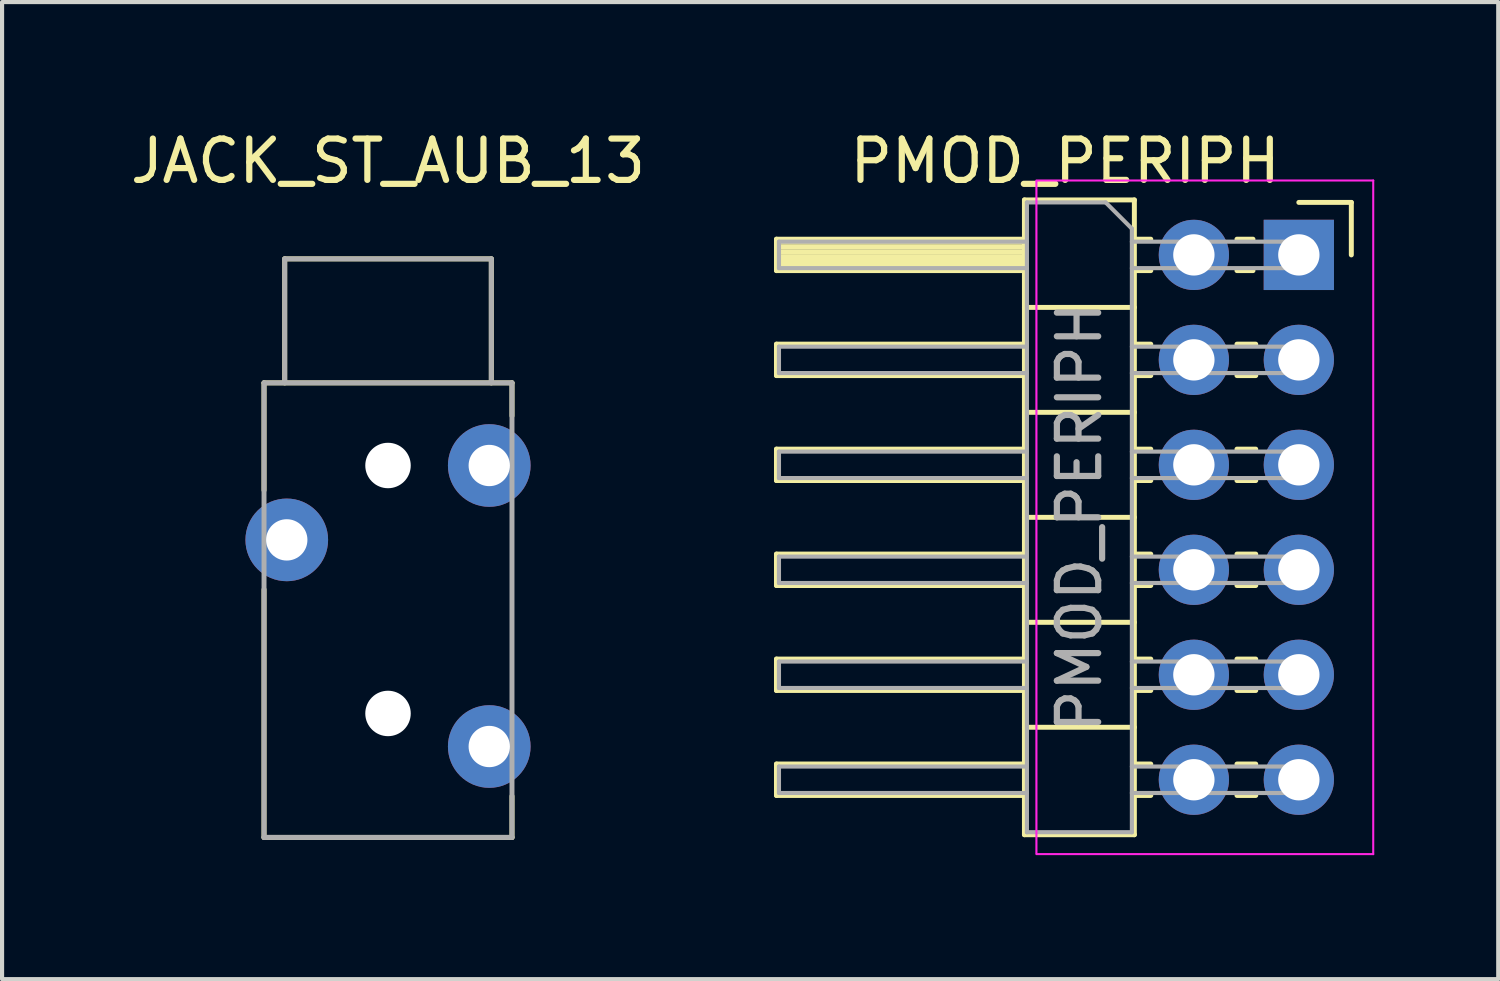
<source format=kicad_pcb>
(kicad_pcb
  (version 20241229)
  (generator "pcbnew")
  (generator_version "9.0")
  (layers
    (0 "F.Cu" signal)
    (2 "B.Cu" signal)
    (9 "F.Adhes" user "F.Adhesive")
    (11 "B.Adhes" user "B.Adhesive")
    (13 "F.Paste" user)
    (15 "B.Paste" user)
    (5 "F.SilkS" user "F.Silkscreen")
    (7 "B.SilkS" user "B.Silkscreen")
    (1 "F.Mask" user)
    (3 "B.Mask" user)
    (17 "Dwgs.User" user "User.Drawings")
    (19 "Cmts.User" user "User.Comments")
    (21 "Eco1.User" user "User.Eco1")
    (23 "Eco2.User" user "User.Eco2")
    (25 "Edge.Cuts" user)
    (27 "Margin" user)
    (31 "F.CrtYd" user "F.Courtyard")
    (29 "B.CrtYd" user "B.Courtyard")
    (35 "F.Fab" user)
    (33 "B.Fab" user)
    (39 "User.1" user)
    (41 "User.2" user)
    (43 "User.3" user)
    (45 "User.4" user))
  (footprint "PMOD_PERIPH"
    (layer "F.Cu")
    (at 27.109 9.468)
    (property "Reference" "PMOD_PERIPH" (at -4.385 -8.62 0) (layer "F.SilkS") (effects (font (size 1 1) (thickness 0.15))))
    (attr through_hole)
    (fp_line (start -11.37 -6.73) (end -11.37 -5.97) (stroke (width 0.12) (type solid)) (layer "F.SilkS"))
    (fp_line (start -11.37 -5.97) (end -5.37 -5.97) (stroke (width 0.12) (type solid)) (layer "F.SilkS"))
    (fp_line (start -11.37 -4.19) (end -11.37 -3.43) (stroke (width 0.12) (type solid)) (layer "F.SilkS"))
    (fp_line (start -11.37 -3.43) (end -5.37 -3.43) (stroke (width 0.12) (type solid)) (layer "F.SilkS"))
    (fp_line (start -11.37 -1.65) (end -11.37 -0.89) (stroke (width 0.12) (type solid)) (layer "F.SilkS"))
    (fp_line (start -11.37 -0.89) (end -5.37 -0.89) (stroke (width 0.12) (type solid)) (layer "F.SilkS"))
    (fp_line (start -11.37 0.89) (end -11.37 1.65) (stroke (width 0.12) (type solid)) (layer "F.SilkS"))
    (fp_line (start -11.37 1.65) (end -5.37 1.65) (stroke (width 0.12) (type solid)) (layer "F.SilkS"))
    (fp_line (start -11.37 3.43) (end -11.37 4.19) (stroke (width 0.12) (type solid)) (layer "F.SilkS"))
    (fp_line (start -11.37 4.19) (end -5.37 4.19) (stroke (width 0.12) (type solid)) (layer "F.SilkS"))
    (fp_line (start -11.37 5.97) (end -11.37 6.73) (stroke (width 0.12) (type solid)) (layer "F.SilkS"))
    (fp_line (start -11.37 6.73) (end -5.37 6.73) (stroke (width 0.12) (type solid)) (layer "F.SilkS"))
    (fp_line (start -5.37 -7.68) (end -2.71 -7.68) (stroke (width 0.12) (type solid)) (layer "F.SilkS"))
    (fp_line (start -5.37 -6.73) (end -11.37 -6.73) (stroke (width 0.12) (type solid)) (layer "F.SilkS"))
    (fp_line (start -5.37 -6.67) (end -11.37 -6.67) (stroke (width 0.12) (type solid)) (layer "F.SilkS"))
    (fp_line (start -5.37 -6.55) (end -11.37 -6.55) (stroke (width 0.12) (type solid)) (layer "F.SilkS"))
    (fp_line (start -5.37 -6.43) (end -11.37 -6.43) (stroke (width 0.12) (type solid)) (layer "F.SilkS"))
    (fp_line (start -5.37 -6.31) (end -11.37 -6.31) (stroke (width 0.12) (type solid)) (layer "F.SilkS"))
    (fp_line (start -5.37 -6.19) (end -11.37 -6.19) (stroke (width 0.12) (type solid)) (layer "F.SilkS"))
    (fp_line (start -5.37 -6.07) (end -11.37 -6.07) (stroke (width 0.12) (type solid)) (layer "F.SilkS"))
    (fp_line (start -5.37 -4.19) (end -11.37 -4.19) (stroke (width 0.12) (type solid)) (layer "F.SilkS"))
    (fp_line (start -5.37 -1.65) (end -11.37 -1.65) (stroke (width 0.12) (type solid)) (layer "F.SilkS"))
    (fp_line (start -5.37 0.89) (end -11.37 0.89) (stroke (width 0.12) (type solid)) (layer "F.SilkS"))
    (fp_line (start -5.37 3.43) (end -11.37 3.43) (stroke (width 0.12) (type solid)) (layer "F.SilkS"))
    (fp_line (start -5.37 5.97) (end -11.37 5.97) (stroke (width 0.12) (type solid)) (layer "F.SilkS"))
    (fp_line (start -5.37 7.68) (end -5.37 -7.68) (stroke (width 0.12) (type solid)) (layer "F.SilkS"))
    (fp_line (start -2.71 -7.68) (end -2.71 7.68) (stroke (width 0.12) (type solid)) (layer "F.SilkS"))
    (fp_line (start -2.71 -5.08) (end -5.37 -5.08) (stroke (width 0.12) (type solid)) (layer "F.SilkS"))
    (fp_line (start -2.71 -2.54) (end -5.37 -2.54) (stroke (width 0.12) (type solid)) (layer "F.SilkS"))
    (fp_line (start -2.71 0) (end -5.37 0) (stroke (width 0.12) (type solid)) (layer "F.SilkS"))
    (fp_line (start -2.71 2.54) (end -5.37 2.54) (stroke (width 0.12) (type solid)) (layer "F.SilkS"))
    (fp_line (start -2.71 5.08) (end -5.37 5.08) (stroke (width 0.12) (type solid)) (layer "F.SilkS"))
    (fp_line (start -2.71 7.68) (end -5.37 7.68) (stroke (width 0.12) (type solid)) (layer "F.SilkS"))
    (fp_line (start -2.313 -6.73) (end -2.71 -6.73) (stroke (width 0.12) (type solid)) (layer "F.SilkS"))
    (fp_line (start -2.313 -5.97) (end -2.71 -5.97) (stroke (width 0.12) (type solid)) (layer "F.SilkS"))
    (fp_line (start -2.313 -4.19) (end -2.71 -4.19) (stroke (width 0.12) (type solid)) (layer "F.SilkS"))
    (fp_line (start -2.313 -3.43) (end -2.71 -3.43) (stroke (width 0.12) (type solid)) (layer "F.SilkS"))
    (fp_line (start -2.313 -1.65) (end -2.71 -1.65) (stroke (width 0.12) (type solid)) (layer "F.SilkS"))
    (fp_line (start -2.313 -0.89) (end -2.71 -0.89) (stroke (width 0.12) (type solid)) (layer "F.SilkS"))
    (fp_line (start -2.313 0.89) (end -2.71 0.89) (stroke (width 0.12) (type solid)) (layer "F.SilkS"))
    (fp_line (start -2.313 1.65) (end -2.71 1.65) (stroke (width 0.12) (type solid)) (layer "F.SilkS"))
    (fp_line (start -2.313 3.43) (end -2.71 3.43) (stroke (width 0.12) (type solid)) (layer "F.SilkS"))
    (fp_line (start -2.313 4.19) (end -2.71 4.19) (stroke (width 0.12) (type solid)) (layer "F.SilkS"))
    (fp_line (start -2.313 5.97) (end -2.71 5.97) (stroke (width 0.12) (type solid)) (layer "F.SilkS"))
    (fp_line (start -2.313 6.73) (end -2.71 6.73) (stroke (width 0.12) (type solid)) (layer "F.SilkS"))
    (fp_line (start 0.16 -6.73) (end -0.227 -6.73) (stroke (width 0.12) (type solid)) (layer "F.SilkS"))
    (fp_line (start 0.16 -5.97) (end -0.227 -5.97) (stroke (width 0.12) (type solid)) (layer "F.SilkS"))
    (fp_line (start 0.227 -4.19) (end -0.227 -4.19) (stroke (width 0.12) (type solid)) (layer "F.SilkS"))
    (fp_line (start 0.227 -3.43) (end -0.227 -3.43) (stroke (width 0.12) (type solid)) (layer "F.SilkS"))
    (fp_line (start 0.227 -1.65) (end -0.227 -1.65) (stroke (width 0.12) (type solid)) (layer "F.SilkS"))
    (fp_line (start 0.227 -0.89) (end -0.227 -0.89) (stroke (width 0.12) (type solid)) (layer "F.SilkS"))
    (fp_line (start 0.227 0.89) (end -0.227 0.89) (stroke (width 0.12) (type solid)) (layer "F.SilkS"))
    (fp_line (start 0.227 1.65) (end -0.227 1.65) (stroke (width 0.12) (type solid)) (layer "F.SilkS"))
    (fp_line (start 0.227 3.43) (end -0.227 3.43) (stroke (width 0.12) (type solid)) (layer "F.SilkS"))
    (fp_line (start 0.227 4.19) (end -0.227 4.19) (stroke (width 0.12) (type solid)) (layer "F.SilkS"))
    (fp_line (start 0.227 5.97) (end -0.227 5.97) (stroke (width 0.12) (type solid)) (layer "F.SilkS"))
    (fp_line (start 0.227 6.73) (end -0.227 6.73) (stroke (width 0.12) (type solid)) (layer "F.SilkS"))
    (fp_line (start 2.54 -7.62) (end 1.27 -7.62) (stroke (width 0.12) (type solid)) (layer "F.SilkS"))
    (fp_line (start 2.54 -6.35) (end 2.54 -7.62) (stroke (width 0.12) (type solid)) (layer "F.SilkS"))
    (fp_line (start -5.08 -8.15) (end 3.07 -8.15) (stroke (width 0.051) (type solid)) (layer "F.CrtYd"))
    (fp_line (start -5.08 -8.128) (end -5.08 8.128) (stroke (width 0.051) (type solid)) (layer "F.CrtYd"))
    (fp_line (start 3.07 -8.15) (end 3.07 8.15) (stroke (width 0.05) (type solid)) (layer "F.CrtYd"))
    (fp_line (start 3.07 8.15) (end -5.08 8.15) (stroke (width 0.05) (type solid)) (layer "F.CrtYd"))
    (fp_line (start -11.31 -6.67) (end -11.31 -6.03) (stroke (width 0.1) (type solid)) (layer "F.Fab"))
    (fp_line (start -11.31 -4.13) (end -11.31 -3.49) (stroke (width 0.1) (type solid)) (layer "F.Fab"))
    (fp_line (start -11.31 -1.59) (end -11.31 -0.95) (stroke (width 0.1) (type solid)) (layer "F.Fab"))
    (fp_line (start -11.31 0.95) (end -11.31 1.59) (stroke (width 0.1) (type solid)) (layer "F.Fab"))
    (fp_line (start -11.31 3.49) (end -11.31 4.13) (stroke (width 0.1) (type solid)) (layer "F.Fab"))
    (fp_line (start -11.31 6.03) (end -11.31 6.67) (stroke (width 0.1) (type solid)) (layer "F.Fab"))
    (fp_line (start -5.31 -7.62) (end -5.31 7.62) (stroke (width 0.1) (type solid)) (layer "F.Fab"))
    (fp_line (start -5.31 -6.67) (end -11.31 -6.67) (stroke (width 0.1) (type solid)) (layer "F.Fab"))
    (fp_line (start -5.31 -6.03) (end -11.31 -6.03) (stroke (width 0.1) (type solid)) (layer "F.Fab"))
    (fp_line (start -5.31 -4.13) (end -11.31 -4.13) (stroke (width 0.1) (type solid)) (layer "F.Fab"))
    (fp_line (start -5.31 -3.49) (end -11.31 -3.49) (stroke (width 0.1) (type solid)) (layer "F.Fab"))
    (fp_line (start -5.31 -1.59) (end -11.31 -1.59) (stroke (width 0.1) (type solid)) (layer "F.Fab"))
    (fp_line (start -5.31 -0.95) (end -11.31 -0.95) (stroke (width 0.1) (type solid)) (layer "F.Fab"))
    (fp_line (start -5.31 0.95) (end -11.31 0.95) (stroke (width 0.1) (type solid)) (layer "F.Fab"))
    (fp_line (start -5.31 1.59) (end -11.31 1.59) (stroke (width 0.1) (type solid)) (layer "F.Fab"))
    (fp_line (start -5.31 3.49) (end -11.31 3.49) (stroke (width 0.1) (type solid)) (layer "F.Fab"))
    (fp_line (start -5.31 4.13) (end -11.31 4.13) (stroke (width 0.1) (type solid)) (layer "F.Fab"))
    (fp_line (start -5.31 6.03) (end -11.31 6.03) (stroke (width 0.1) (type solid)) (layer "F.Fab"))
    (fp_line (start -5.31 6.67) (end -11.31 6.67) (stroke (width 0.1) (type solid)) (layer "F.Fab"))
    (fp_line (start -5.31 7.62) (end -2.77 7.62) (stroke (width 0.1) (type solid)) (layer "F.Fab"))
    (fp_line (start -3.405 -7.62) (end -5.31 -7.62) (stroke (width 0.1) (type solid)) (layer "F.Fab"))
    (fp_line (start -2.77 -6.985) (end -3.405 -7.62) (stroke (width 0.1) (type solid)) (layer "F.Fab"))
    (fp_line (start -2.77 7.62) (end -2.77 -6.985) (stroke (width 0.1) (type solid)) (layer "F.Fab"))
    (fp_line (start 1.59 -6.67) (end -2.77 -6.67) (stroke (width 0.1) (type solid)) (layer "F.Fab"))
    (fp_line (start 1.59 -6.67) (end 1.59 -6.03) (stroke (width 0.1) (type solid)) (layer "F.Fab"))
    (fp_line (start 1.59 -6.03) (end -2.77 -6.03) (stroke (width 0.1) (type solid)) (layer "F.Fab"))
    (fp_line (start 1.59 -4.13) (end -2.77 -4.13) (stroke (width 0.1) (type solid)) (layer "F.Fab"))
    (fp_line (start 1.59 -4.13) (end 1.59 -3.49) (stroke (width 0.1) (type solid)) (layer "F.Fab"))
    (fp_line (start 1.59 -3.49) (end -2.77 -3.49) (stroke (width 0.1) (type solid)) (layer "F.Fab"))
    (fp_line (start 1.59 -1.59) (end -2.77 -1.59) (stroke (width 0.1) (type solid)) (layer "F.Fab"))
    (fp_line (start 1.59 -1.59) (end 1.59 -0.95) (stroke (width 0.1) (type solid)) (layer "F.Fab"))
    (fp_line (start 1.59 -0.95) (end -2.77 -0.95) (stroke (width 0.1) (type solid)) (layer "F.Fab"))
    (fp_line (start 1.59 0.95) (end -2.77 0.95) (stroke (width 0.1) (type solid)) (layer "F.Fab"))
    (fp_line (start 1.59 0.95) (end 1.59 1.59) (stroke (width 0.1) (type solid)) (layer "F.Fab"))
    (fp_line (start 1.59 1.59) (end -2.77 1.59) (stroke (width 0.1) (type solid)) (layer "F.Fab"))
    (fp_line (start 1.59 3.49) (end -2.77 3.49) (stroke (width 0.1) (type solid)) (layer "F.Fab"))
    (fp_line (start 1.59 3.49) (end 1.59 4.13) (stroke (width 0.1) (type solid)) (layer "F.Fab"))
    (fp_line (start 1.59 4.13) (end -2.77 4.13) (stroke (width 0.1) (type solid)) (layer "F.Fab"))
    (fp_line (start 1.59 6.03) (end -2.77 6.03) (stroke (width 0.1) (type solid)) (layer "F.Fab"))
    (fp_line (start 1.59 6.03) (end 1.59 6.67) (stroke (width 0.1) (type solid)) (layer "F.Fab"))
    (fp_line (start 1.59 6.67) (end -2.77 6.67) (stroke (width 0.1) (type solid)) (layer "F.Fab"))
    (fp_text user "${REFERENCE}" (at -4.04 0 90) (layer "F.Fab") (effects (font (size 1 1) (thickness 0.15))))
    (pad "1" thru_hole rect (at 1.27 -6.35) (size 1.7 1.7) (drill 1) (layers "*.Cu" "*.Mask"))
    (pad "2" thru_hole oval (at 1.27 -3.81) (size 1.7 1.7) (drill 1) (layers "*.Cu" "*.Mask"))
    (pad "3" thru_hole oval (at 1.27 -1.27) (size 1.7 1.7) (drill 1) (layers "*.Cu" "*.Mask"))
    (pad "4" thru_hole oval (at 1.27 1.27) (size 1.7 1.7) (drill 1) (layers "*.Cu" "*.Mask"))
    (pad "5" thru_hole oval (at 1.27 3.81) (size 1.7 1.7) (drill 1) (layers "*.Cu" "*.Mask"))
    (pad "6" thru_hole oval (at 1.27 6.35) (size 1.7 1.7) (drill 1) (layers "*.Cu" "*.Mask"))
    (pad "7" thru_hole circle (at -1.27 -6.35) (size 1.7 1.7) (drill 1) (layers "*.Cu" "*.Mask"))
    (pad "8" thru_hole oval (at -1.27 -3.81) (size 1.7 1.7) (drill 1) (layers "*.Cu" "*.Mask"))
    (pad "9" thru_hole oval (at -1.27 -1.27) (size 1.7 1.7) (drill 1) (layers "*.Cu" "*.Mask"))
    (pad "10" thru_hole oval (at -1.27 1.27) (size 1.7 1.7) (drill 1) (layers "*.Cu" "*.Mask"))
    (pad "11" thru_hole oval (at -1.27 3.81) (size 1.7 1.7) (drill 1) (layers "*.Cu" "*.Mask"))
    (pad "12" thru_hole oval (at -1.27 6.35) (size 1.7 1.7) (drill 1) (layers "*.Cu" "*.Mask")))
  (footprint "JACK_ST_AUB_13"
    (layer "F.Cu")
    (at 6.339 8.214)
    (property "Reference" "JACK_ST_AUB_13" (at 0 -7.366 0) (layer "F.SilkS") (effects (font (size 1 1) (thickness 0.15))))
    (attr through_hole)
    (fp_line (start -3 -2) (end 3 -2) (stroke (width 0.12) (type solid)) (layer "F.SilkS"))
    (fp_line (start -3 0.6) (end -3 -2) (stroke (width 0.12) (type solid)) (layer "F.SilkS"))
    (fp_line (start -3 9) (end -3 3) (stroke (width 0.12) (type solid)) (layer "F.SilkS"))
    (fp_line (start -3 9) (end 3 9) (stroke (width 0.12) (type solid)) (layer "F.SilkS"))
    (fp_line (start -2.5 -5) (end 2.5 -5) (stroke (width 0.12) (type solid)) (layer "F.SilkS"))
    (fp_line (start -2.5 -2) (end -2.5 -5) (stroke (width 0.12) (type solid)) (layer "F.SilkS"))
    (fp_line (start 2.5 -5) (end 2.5 -2) (stroke (width 0.12) (type solid)) (layer "F.SilkS"))
    (fp_line (start 3 -2) (end 3 -1.2) (stroke (width 0.12) (type solid)) (layer "F.SilkS"))
    (fp_line (start 3 9) (end 3 8) (stroke (width 0.12) (type solid)) (layer "F.SilkS"))
    (fp_line (start -3 -2) (end -3 9) (stroke (width 0.12) (type solid)) (layer "F.Fab"))
    (fp_line (start -3 9) (end 3 9) (stroke (width 0.12) (type solid)) (layer "F.Fab"))
    (fp_line (start -2.5 -2) (end -2.5 -5) (stroke (width 0.12) (type solid)) (layer "F.Fab"))
    (fp_line (start 2.5 -5) (end -2.5 -5) (stroke (width 0.12) (type solid)) (layer "F.Fab"))
    (fp_line (start 2.5 -2) (end 2.5 -5) (stroke (width 0.12) (type solid)) (layer "F.Fab"))
    (fp_line (start 3 -2) (end -3 -2) (stroke (width 0.12) (type solid)) (layer "F.Fab"))
    (fp_line (start 3 9) (end 3 -2) (stroke (width 0.12) (type solid)) (layer "F.Fab"))
    (pad "" np_thru_hole circle (at 0 0) (size 1.1 1.1) (drill 1.1) (layers "*.Cu" "*.Mask"))
    (pad "" np_thru_hole circle (at 0 6) (size 1.1 1.1) (drill 1.1) (layers "*.Cu" "*.Mask"))
    (pad "1" thru_hole circle (at 2.45 0) (size 2 2) (drill 1) (layers "*.Cu" "*.Mask"))
    (pad "2" thru_hole circle (at -2.45 1.8) (size 2 2) (drill 1) (layers "*.Cu" "*.Mask"))
    (pad "3" thru_hole circle (at 2.45 6.8) (size 2 2) (drill 1) (layers "*.Cu" "*.Mask")))
  (gr_rect
    (start -3 -3)
    (end 33.204 20.643)
    (stroke (width 0.1) (type default))
    (fill no)
    (layer "Edge.Cuts")))
</source>
